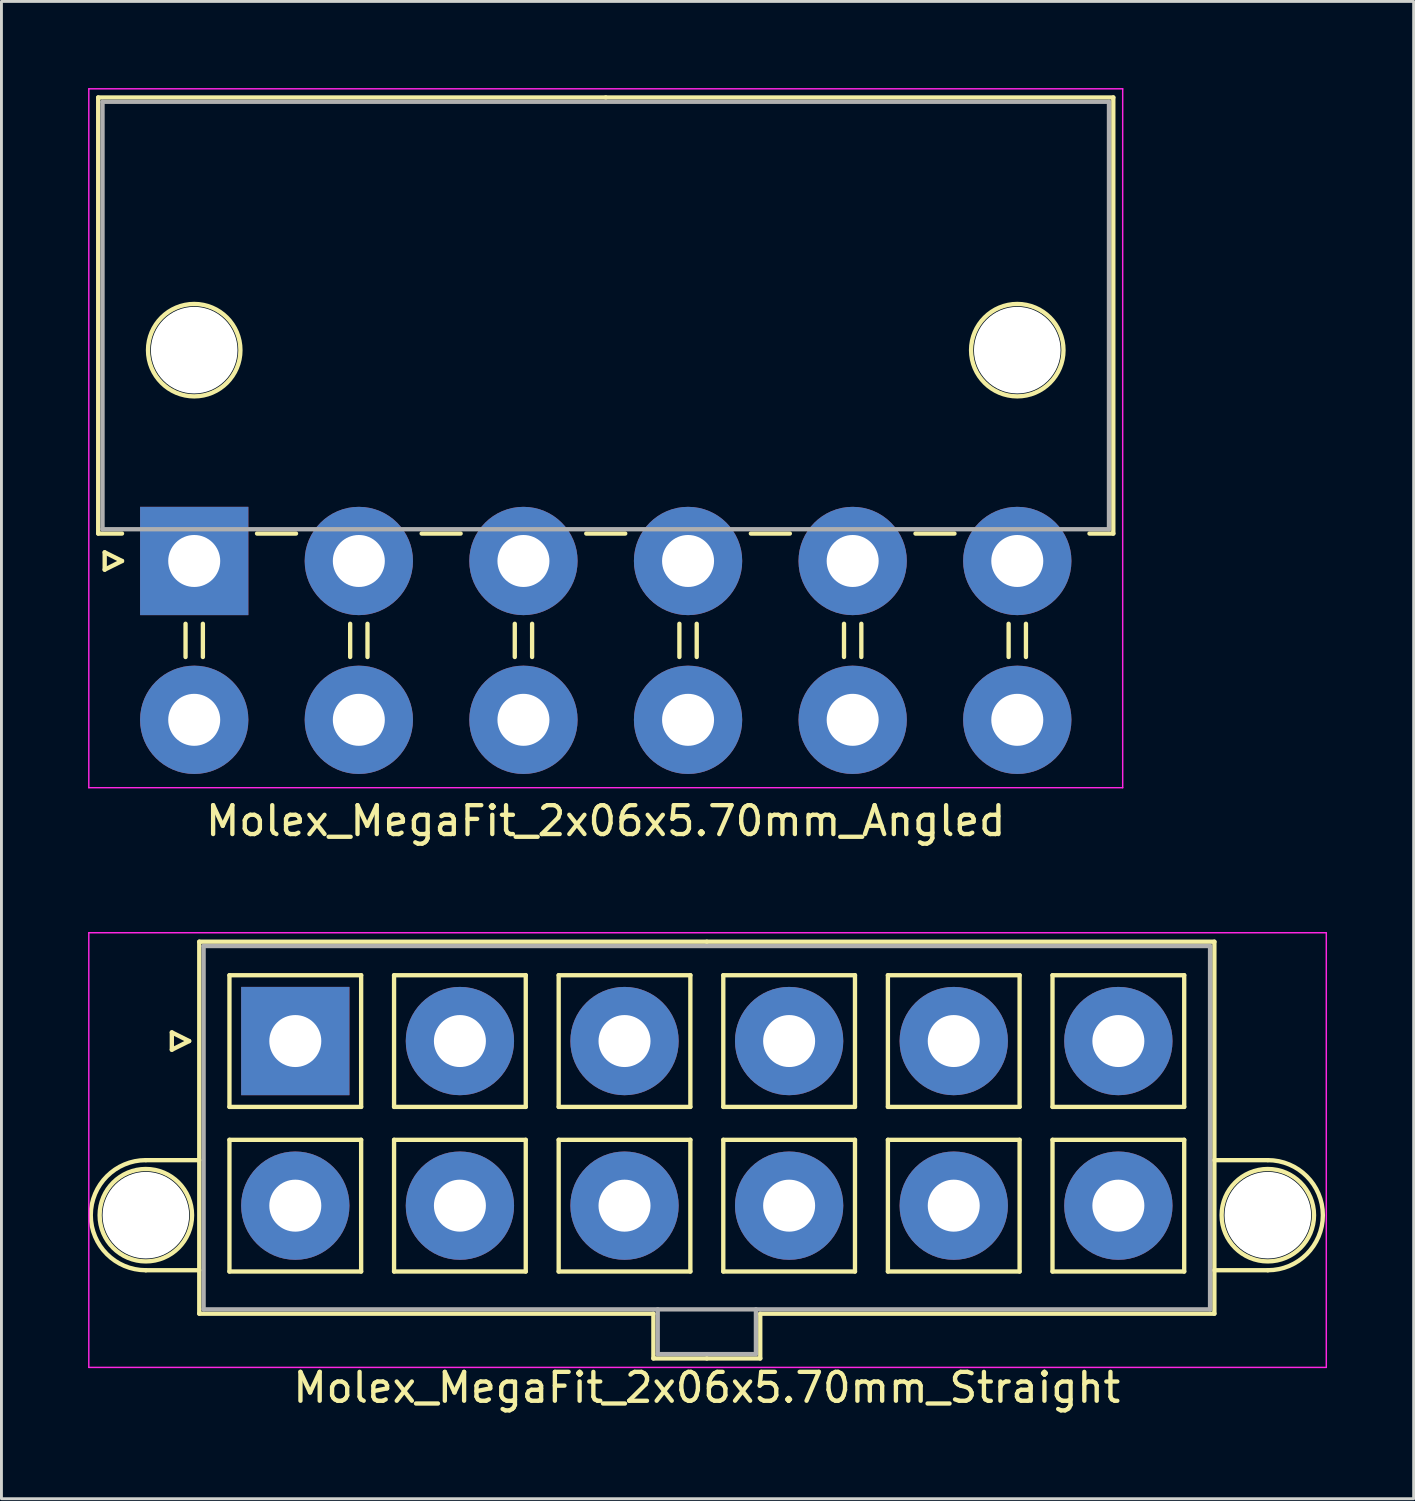
<source format=kicad_pcb>
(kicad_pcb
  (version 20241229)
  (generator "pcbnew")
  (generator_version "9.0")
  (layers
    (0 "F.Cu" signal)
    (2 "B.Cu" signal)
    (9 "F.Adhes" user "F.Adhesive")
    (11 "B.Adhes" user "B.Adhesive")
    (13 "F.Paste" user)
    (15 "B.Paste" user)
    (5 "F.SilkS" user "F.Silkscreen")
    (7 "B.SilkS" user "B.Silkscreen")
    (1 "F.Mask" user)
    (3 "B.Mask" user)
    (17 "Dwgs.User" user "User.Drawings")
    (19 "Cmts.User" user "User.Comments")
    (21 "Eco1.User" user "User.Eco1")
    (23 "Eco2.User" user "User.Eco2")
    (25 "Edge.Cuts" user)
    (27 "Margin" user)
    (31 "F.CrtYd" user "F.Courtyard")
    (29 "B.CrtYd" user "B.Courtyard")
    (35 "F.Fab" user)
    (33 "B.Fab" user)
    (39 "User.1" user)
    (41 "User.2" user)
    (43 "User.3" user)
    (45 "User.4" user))
  (footprint "Molex_MegaFit_2x06x5.70mm_Angled"
    (layer "F.Cu")
    (at 3.675 16.375)
    (property "Reference" "Molex_MegaFit_2x06x5.70mm_Angled" (at 14.25 9 0) (layer "F.SilkS") (effects (font (size 1 1) (thickness 0.15))))
    (attr through_hole)
    (fp_line (start -3.325 -16.05) (end -3.325 -0.95) (stroke (width 0.15) (type solid)) (layer "F.SilkS"))
    (fp_line (start -3.325 -0.95) (end -2.5 -0.95) (stroke (width 0.15) (type solid)) (layer "F.SilkS"))
    (fp_line (start -3.1 -0.3) (end -2.5 0) (stroke (width 0.15) (type solid)) (layer "F.SilkS"))
    (fp_line (start -3.1 0.3) (end -3.1 -0.3) (stroke (width 0.15) (type solid)) (layer "F.SilkS"))
    (fp_line (start -2.5 0) (end -3.1 0.3) (stroke (width 0.15) (type solid)) (layer "F.SilkS"))
    (fp_line (start -0.3 2.175) (end -0.3 3.325) (stroke (width 0.15) (type solid)) (layer "F.SilkS"))
    (fp_line (start 0.3 2.175) (end 0.3 3.325) (stroke (width 0.15) (type solid)) (layer "F.SilkS"))
    (fp_line (start 2.175 -0.95) (end 3.525 -0.95) (stroke (width 0.15) (type solid)) (layer "F.SilkS"))
    (fp_line (start 5.4 2.175) (end 5.4 3.325) (stroke (width 0.15) (type solid)) (layer "F.SilkS"))
    (fp_line (start 6 2.175) (end 6 3.325) (stroke (width 0.15) (type solid)) (layer "F.SilkS"))
    (fp_line (start 7.875 -0.95) (end 9.225 -0.95) (stroke (width 0.15) (type solid)) (layer "F.SilkS"))
    (fp_line (start 11.1 2.175) (end 11.1 3.325) (stroke (width 0.15) (type solid)) (layer "F.SilkS"))
    (fp_line (start 11.7 2.175) (end 11.7 3.325) (stroke (width 0.15) (type solid)) (layer "F.SilkS"))
    (fp_line (start 13.575 -0.95) (end 14.925 -0.95) (stroke (width 0.15) (type solid)) (layer "F.SilkS"))
    (fp_line (start 14.25 -16.05) (end -3.325 -16.05) (stroke (width 0.15) (type solid)) (layer "F.SilkS"))
    (fp_line (start 14.25 -16.05) (end 31.825 -16.05) (stroke (width 0.15) (type solid)) (layer "F.SilkS"))
    (fp_line (start 16.8 2.175) (end 16.8 3.325) (stroke (width 0.15) (type solid)) (layer "F.SilkS"))
    (fp_line (start 17.4 2.175) (end 17.4 3.325) (stroke (width 0.15) (type solid)) (layer "F.SilkS"))
    (fp_line (start 19.275 -0.95) (end 20.625 -0.95) (stroke (width 0.15) (type solid)) (layer "F.SilkS"))
    (fp_line (start 22.5 2.175) (end 22.5 3.325) (stroke (width 0.15) (type solid)) (layer "F.SilkS"))
    (fp_line (start 23.1 2.175) (end 23.1 3.325) (stroke (width 0.15) (type solid)) (layer "F.SilkS"))
    (fp_line (start 24.975 -0.95) (end 26.325 -0.95) (stroke (width 0.15) (type solid)) (layer "F.SilkS"))
    (fp_line (start 28.2 2.175) (end 28.2 3.325) (stroke (width 0.15) (type solid)) (layer "F.SilkS"))
    (fp_line (start 28.8 2.175) (end 28.8 3.325) (stroke (width 0.15) (type solid)) (layer "F.SilkS"))
    (fp_line (start 31.825 -16.05) (end 31.825 -0.95) (stroke (width 0.15) (type solid)) (layer "F.SilkS"))
    (fp_line (start 31.825 -0.95) (end 31 -0.95) (stroke (width 0.15) (type solid)) (layer "F.SilkS"))
    (fp_circle (center 0 -7.3) (end 1.6 -7.3) (stroke (width 0.15) (type solid)) (fill no) (layer "F.SilkS"))
    (fp_circle (center 28.5 -7.3) (end 30.1 -7.3) (stroke (width 0.15) (type solid)) (fill no) (layer "F.SilkS"))
    (fp_line (start -3.65 -16.35) (end -3.65 7.85) (stroke (width 0.05) (type solid)) (layer "F.CrtYd"))
    (fp_line (start -3.65 7.85) (end 32.15 7.85) (stroke (width 0.05) (type solid)) (layer "F.CrtYd"))
    (fp_line (start 32.15 -16.35) (end -3.65 -16.35) (stroke (width 0.05) (type solid)) (layer "F.CrtYd"))
    (fp_line (start 32.15 7.85) (end 32.15 -16.35) (stroke (width 0.05) (type solid)) (layer "F.CrtYd"))
    (fp_line (start -3.175 -15.9) (end -3.175 -1.1) (stroke (width 0.15) (type solid)) (layer "F.Fab"))
    (fp_line (start -3.175 -1.1) (end 31.675 -1.1) (stroke (width 0.15) (type solid)) (layer "F.Fab"))
    (fp_line (start 31.675 -15.9) (end -3.175 -15.9) (stroke (width 0.15) (type solid)) (layer "F.Fab"))
    (fp_line (start 31.675 -1.1) (end 31.675 -15.9) (stroke (width 0.15) (type solid)) (layer "F.Fab"))
    (pad "" np_thru_hole circle (at 0 -7.3) (size 3 3) (drill 3) (layers "*.Cu"))
    (pad "" np_thru_hole circle (at 28.5 -7.3) (size 3 3) (drill 3) (layers "*.Cu"))
    (pad "1" thru_hole rect (at 0 0) (size 3.75 3.75) (drill 1.8) (layers "*.Cu" "*.Mask"))
    (pad "2" thru_hole circle (at 5.7 0) (size 3.75 3.75) (drill 1.8) (layers "*.Cu" "*.Mask"))
    (pad "3" thru_hole circle (at 11.4 0) (size 3.75 3.75) (drill 1.8) (layers "*.Cu" "*.Mask"))
    (pad "4" thru_hole circle (at 17.1 0) (size 3.75 3.75) (drill 1.8) (layers "*.Cu" "*.Mask"))
    (pad "5" thru_hole circle (at 22.8 0) (size 3.75 3.75) (drill 1.8) (layers "*.Cu" "*.Mask"))
    (pad "6" thru_hole circle (at 28.5 0) (size 3.75 3.75) (drill 1.8) (layers "*.Cu" "*.Mask"))
    (pad "7" thru_hole circle (at 0 5.5) (size 3.75 3.75) (drill 1.8) (layers "*.Cu" "*.Mask"))
    (pad "8" thru_hole circle (at 5.7 5.5) (size 3.75 3.75) (drill 1.8) (layers "*.Cu" "*.Mask"))
    (pad "9" thru_hole circle (at 11.4 5.5) (size 3.75 3.75) (drill 1.8) (layers "*.Cu" "*.Mask"))
    (pad "10" thru_hole circle (at 17.1 5.5) (size 3.75 3.75) (drill 1.8) (layers "*.Cu" "*.Mask"))
    (pad "11" thru_hole circle (at 22.8 5.5) (size 3.75 3.75) (drill 1.8) (layers "*.Cu" "*.Mask"))
    (pad "12" thru_hole circle (at 28.5 5.5) (size 3.75 3.75) (drill 1.8) (layers "*.Cu" "*.Mask")))
  (footprint "Molex_MegaFit_2x06x5.70mm_Straight"
    (layer "F.Cu")
    (at 7.175 32.998)
    (property "Reference" "Molex_MegaFit_2x06x5.70mm_Straight" (at 14.25 12 0) (layer "F.SilkS") (effects (font (size 1 1) (thickness 0.15))))
    (attr through_hole)
    (fp_line (start -5.175 4.124) (end -3.325 4.124) (stroke (width 0.15) (type solid)) (layer "F.SilkS"))
    (fp_line (start -5.175 7.936) (end -3.325 7.936) (stroke (width 0.15) (type solid)) (layer "F.SilkS"))
    (fp_line (start -4.275 -0.3) (end -3.675 0) (stroke (width 0.15) (type solid)) (layer "F.SilkS"))
    (fp_line (start -4.275 0.3) (end -4.275 -0.3) (stroke (width 0.15) (type solid)) (layer "F.SilkS"))
    (fp_line (start -3.675 0) (end -4.275 0.3) (stroke (width 0.15) (type solid)) (layer "F.SilkS"))
    (fp_line (start -3.325 -3.44) (end -3.325 9.44) (stroke (width 0.15) (type solid)) (layer "F.SilkS"))
    (fp_line (start -3.325 9.44) (end 12.4 9.44) (stroke (width 0.15) (type solid)) (layer "F.SilkS"))
    (fp_line (start -2.28 -2.28) (end -2.28 2.28) (stroke (width 0.15) (type solid)) (layer "F.SilkS"))
    (fp_line (start -2.28 2.28) (end 2.28 2.28) (stroke (width 0.15) (type solid)) (layer "F.SilkS"))
    (fp_line (start -2.28 3.42) (end -2.28 7.98) (stroke (width 0.15) (type solid)) (layer "F.SilkS"))
    (fp_line (start -2.28 7.98) (end 2.28 7.98) (stroke (width 0.15) (type solid)) (layer "F.SilkS"))
    (fp_line (start 2.28 -2.28) (end -2.28 -2.28) (stroke (width 0.15) (type solid)) (layer "F.SilkS"))
    (fp_line (start 2.28 2.28) (end 2.28 -2.28) (stroke (width 0.15) (type solid)) (layer "F.SilkS"))
    (fp_line (start 2.28 3.42) (end -2.28 3.42) (stroke (width 0.15) (type solid)) (layer "F.SilkS"))
    (fp_line (start 2.28 7.98) (end 2.28 3.42) (stroke (width 0.15) (type solid)) (layer "F.SilkS"))
    (fp_line (start 3.42 -2.28) (end 3.42 2.28) (stroke (width 0.15) (type solid)) (layer "F.SilkS"))
    (fp_line (start 3.42 2.28) (end 7.98 2.28) (stroke (width 0.15) (type solid)) (layer "F.SilkS"))
    (fp_line (start 3.42 3.42) (end 3.42 7.98) (stroke (width 0.15) (type solid)) (layer "F.SilkS"))
    (fp_line (start 3.42 7.98) (end 7.98 7.98) (stroke (width 0.15) (type solid)) (layer "F.SilkS"))
    (fp_line (start 7.98 -2.28) (end 3.42 -2.28) (stroke (width 0.15) (type solid)) (layer "F.SilkS"))
    (fp_line (start 7.98 2.28) (end 7.98 -2.28) (stroke (width 0.15) (type solid)) (layer "F.SilkS"))
    (fp_line (start 7.98 3.42) (end 3.42 3.42) (stroke (width 0.15) (type solid)) (layer "F.SilkS"))
    (fp_line (start 7.98 7.98) (end 7.98 3.42) (stroke (width 0.15) (type solid)) (layer "F.SilkS"))
    (fp_line (start 9.12 -2.28) (end 9.12 2.28) (stroke (width 0.15) (type solid)) (layer "F.SilkS"))
    (fp_line (start 9.12 2.28) (end 13.68 2.28) (stroke (width 0.15) (type solid)) (layer "F.SilkS"))
    (fp_line (start 9.12 3.42) (end 9.12 7.98) (stroke (width 0.15) (type solid)) (layer "F.SilkS"))
    (fp_line (start 9.12 7.98) (end 13.68 7.98) (stroke (width 0.15) (type solid)) (layer "F.SilkS"))
    (fp_line (start 12.4 9.44) (end 12.4 10.99) (stroke (width 0.15) (type solid)) (layer "F.SilkS"))
    (fp_line (start 12.4 10.99) (end 14.25 10.99) (stroke (width 0.15) (type solid)) (layer "F.SilkS"))
    (fp_line (start 13.68 -2.28) (end 9.12 -2.28) (stroke (width 0.15) (type solid)) (layer "F.SilkS"))
    (fp_line (start 13.68 2.28) (end 13.68 -2.28) (stroke (width 0.15) (type solid)) (layer "F.SilkS"))
    (fp_line (start 13.68 3.42) (end 9.12 3.42) (stroke (width 0.15) (type solid)) (layer "F.SilkS"))
    (fp_line (start 13.68 7.98) (end 13.68 3.42) (stroke (width 0.15) (type solid)) (layer "F.SilkS"))
    (fp_line (start 14.25 -3.44) (end -3.325 -3.44) (stroke (width 0.15) (type solid)) (layer "F.SilkS"))
    (fp_line (start 14.25 -3.44) (end 31.825 -3.44) (stroke (width 0.15) (type solid)) (layer "F.SilkS"))
    (fp_line (start 14.82 -2.28) (end 14.82 2.28) (stroke (width 0.15) (type solid)) (layer "F.SilkS"))
    (fp_line (start 14.82 2.28) (end 19.38 2.28) (stroke (width 0.15) (type solid)) (layer "F.SilkS"))
    (fp_line (start 14.82 3.42) (end 14.82 7.98) (stroke (width 0.15) (type solid)) (layer "F.SilkS"))
    (fp_line (start 14.82 7.98) (end 19.38 7.98) (stroke (width 0.15) (type solid)) (layer "F.SilkS"))
    (fp_line (start 16.1 9.44) (end 16.1 10.99) (stroke (width 0.15) (type solid)) (layer "F.SilkS"))
    (fp_line (start 16.1 10.99) (end 14.25 10.99) (stroke (width 0.15) (type solid)) (layer "F.SilkS"))
    (fp_line (start 19.38 -2.28) (end 14.82 -2.28) (stroke (width 0.15) (type solid)) (layer "F.SilkS"))
    (fp_line (start 19.38 2.28) (end 19.38 -2.28) (stroke (width 0.15) (type solid)) (layer "F.SilkS"))
    (fp_line (start 19.38 3.42) (end 14.82 3.42) (stroke (width 0.15) (type solid)) (layer "F.SilkS"))
    (fp_line (start 19.38 7.98) (end 19.38 3.42) (stroke (width 0.15) (type solid)) (layer "F.SilkS"))
    (fp_line (start 20.52 -2.28) (end 20.52 2.28) (stroke (width 0.15) (type solid)) (layer "F.SilkS"))
    (fp_line (start 20.52 2.28) (end 25.08 2.28) (stroke (width 0.15) (type solid)) (layer "F.SilkS"))
    (fp_line (start 20.52 3.42) (end 20.52 7.98) (stroke (width 0.15) (type solid)) (layer "F.SilkS"))
    (fp_line (start 20.52 7.98) (end 25.08 7.98) (stroke (width 0.15) (type solid)) (layer "F.SilkS"))
    (fp_line (start 25.08 -2.28) (end 20.52 -2.28) (stroke (width 0.15) (type solid)) (layer "F.SilkS"))
    (fp_line (start 25.08 2.28) (end 25.08 -2.28) (stroke (width 0.15) (type solid)) (layer "F.SilkS"))
    (fp_line (start 25.08 3.42) (end 20.52 3.42) (stroke (width 0.15) (type solid)) (layer "F.SilkS"))
    (fp_line (start 25.08 7.98) (end 25.08 3.42) (stroke (width 0.15) (type solid)) (layer "F.SilkS"))
    (fp_line (start 26.22 -2.28) (end 26.22 2.28) (stroke (width 0.15) (type solid)) (layer "F.SilkS"))
    (fp_line (start 26.22 2.28) (end 30.78 2.28) (stroke (width 0.15) (type solid)) (layer "F.SilkS"))
    (fp_line (start 26.22 3.42) (end 26.22 7.98) (stroke (width 0.15) (type solid)) (layer "F.SilkS"))
    (fp_line (start 26.22 7.98) (end 30.78 7.98) (stroke (width 0.15) (type solid)) (layer "F.SilkS"))
    (fp_line (start 30.78 -2.28) (end 26.22 -2.28) (stroke (width 0.15) (type solid)) (layer "F.SilkS"))
    (fp_line (start 30.78 2.28) (end 30.78 -2.28) (stroke (width 0.15) (type solid)) (layer "F.SilkS"))
    (fp_line (start 30.78 3.42) (end 26.22 3.42) (stroke (width 0.15) (type solid)) (layer "F.SilkS"))
    (fp_line (start 30.78 7.98) (end 30.78 3.42) (stroke (width 0.15) (type solid)) (layer "F.SilkS"))
    (fp_line (start 31.825 -3.44) (end 31.825 9.44) (stroke (width 0.15) (type solid)) (layer "F.SilkS"))
    (fp_line (start 31.825 9.44) (end 16.1 9.44) (stroke (width 0.15) (type solid)) (layer "F.SilkS"))
    (fp_line (start 33.675 4.124) (end 31.825 4.124) (stroke (width 0.15) (type solid)) (layer "F.SilkS"))
    (fp_line (start 33.675 7.936) (end 31.825 7.936) (stroke (width 0.15) (type solid)) (layer "F.SilkS"))
    (fp_arc (start -5.175 7.93625) (mid -7.08125 6.03) (end -5.175 4.12375) (stroke (width 0.15) (type solid)) (layer "F.SilkS"))
    (fp_arc (start 33.675 4.12375) (mid 35.58125 6.03) (end 33.675 7.93625) (stroke (width 0.15) (type solid)) (layer "F.SilkS"))
    (fp_circle (center -5.175 6.03) (end -3.575 6.03) (stroke (width 0.15) (type solid)) (fill no) (layer "F.SilkS"))
    (fp_circle (center 33.675 6.03) (end 35.275 6.03) (stroke (width 0.15) (type solid)) (fill no) (layer "F.SilkS"))
    (fp_line (start -7.15 -3.75) (end -7.15 11.3) (stroke (width 0.05) (type solid)) (layer "F.CrtYd"))
    (fp_line (start -7.15 11.3) (end 35.7 11.3) (stroke (width 0.05) (type solid)) (layer "F.CrtYd"))
    (fp_line (start 35.7 -3.75) (end -7.15 -3.75) (stroke (width 0.05) (type solid)) (layer "F.CrtYd"))
    (fp_line (start 35.7 11.3) (end 35.7 -3.75) (stroke (width 0.05) (type solid)) (layer "F.CrtYd"))
    (fp_line (start -3.175 -3.29) (end -3.175 9.29) (stroke (width 0.15) (type solid)) (layer "F.Fab"))
    (fp_line (start -3.175 9.29) (end 31.675 9.29) (stroke (width 0.15) (type solid)) (layer "F.Fab"))
    (fp_line (start 12.55 9.29) (end 12.55 10.84) (stroke (width 0.15) (type solid)) (layer "F.Fab"))
    (fp_line (start 12.55 10.84) (end 15.95 10.84) (stroke (width 0.15) (type solid)) (layer "F.Fab"))
    (fp_line (start 15.95 10.84) (end 15.95 9.29) (stroke (width 0.15) (type solid)) (layer "F.Fab"))
    (fp_line (start 31.675 -3.29) (end -3.175 -3.29) (stroke (width 0.15) (type solid)) (layer "F.Fab"))
    (fp_line (start 31.675 9.29) (end 31.675 -3.29) (stroke (width 0.15) (type solid)) (layer "F.Fab"))
    (pad "" np_thru_hole circle (at -5.175 6.03) (size 3 3) (drill 3) (layers "*.Cu"))
    (pad "" np_thru_hole circle (at 33.675 6.03) (size 3 3) (drill 3) (layers "*.Cu"))
    (pad "1" thru_hole rect (at 0 0) (size 3.75 3.75) (drill 1.8) (layers "*.Cu" "*.Mask"))
    (pad "2" thru_hole circle (at 5.7 0) (size 3.75 3.75) (drill 1.8) (layers "*.Cu" "*.Mask"))
    (pad "3" thru_hole circle (at 11.4 0) (size 3.75 3.75) (drill 1.8) (layers "*.Cu" "*.Mask"))
    (pad "4" thru_hole circle (at 17.1 0) (size 3.75 3.75) (drill 1.8) (layers "*.Cu" "*.Mask"))
    (pad "5" thru_hole circle (at 22.8 0) (size 3.75 3.75) (drill 1.8) (layers "*.Cu" "*.Mask"))
    (pad "6" thru_hole circle (at 28.5 0) (size 3.75 3.75) (drill 1.8) (layers "*.Cu" "*.Mask"))
    (pad "7" thru_hole circle (at 0 5.7) (size 3.75 3.75) (drill 1.8) (layers "*.Cu" "*.Mask"))
    (pad "8" thru_hole circle (at 5.7 5.7) (size 3.75 3.75) (drill 1.8) (layers "*.Cu" "*.Mask"))
    (pad "9" thru_hole circle (at 11.4 5.7) (size 3.75 3.75) (drill 1.8) (layers "*.Cu" "*.Mask"))
    (pad "10" thru_hole circle (at 17.1 5.7) (size 3.75 3.75) (drill 1.8) (layers "*.Cu" "*.Mask"))
    (pad "11" thru_hole circle (at 22.8 5.7) (size 3.75 3.75) (drill 1.8) (layers "*.Cu" "*.Mask"))
    (pad "12" thru_hole circle (at 28.5 5.7) (size 3.75 3.75) (drill 1.8) (layers "*.Cu" "*.Mask")))
  (gr_rect
    (start -3 -3)
    (end 45.9 48.846)
    (stroke (width 0.1) (type default))
    (fill no)
    (layer "Edge.Cuts")))
</source>
